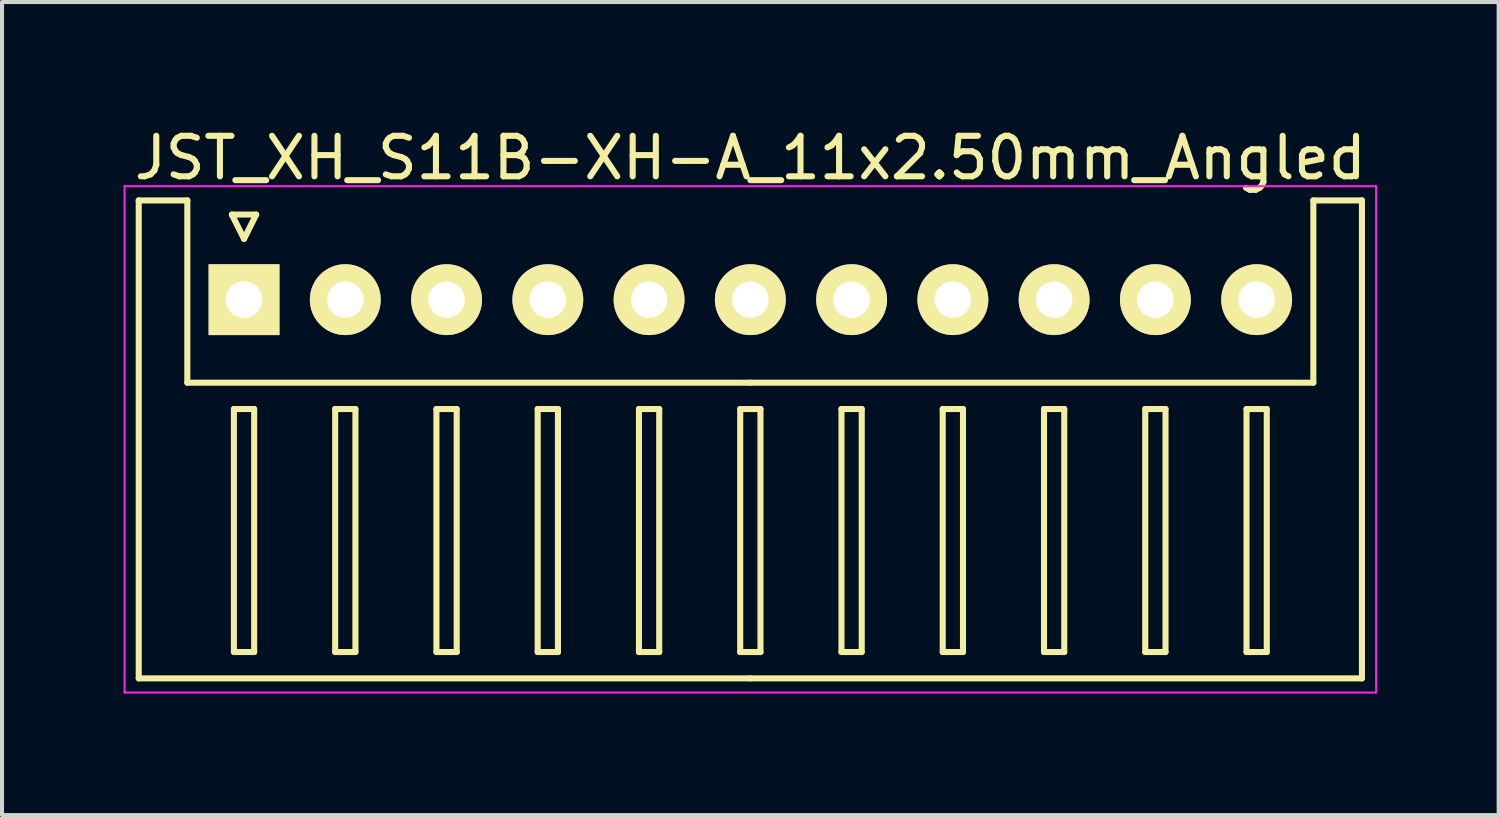
<source format=kicad_pcb>
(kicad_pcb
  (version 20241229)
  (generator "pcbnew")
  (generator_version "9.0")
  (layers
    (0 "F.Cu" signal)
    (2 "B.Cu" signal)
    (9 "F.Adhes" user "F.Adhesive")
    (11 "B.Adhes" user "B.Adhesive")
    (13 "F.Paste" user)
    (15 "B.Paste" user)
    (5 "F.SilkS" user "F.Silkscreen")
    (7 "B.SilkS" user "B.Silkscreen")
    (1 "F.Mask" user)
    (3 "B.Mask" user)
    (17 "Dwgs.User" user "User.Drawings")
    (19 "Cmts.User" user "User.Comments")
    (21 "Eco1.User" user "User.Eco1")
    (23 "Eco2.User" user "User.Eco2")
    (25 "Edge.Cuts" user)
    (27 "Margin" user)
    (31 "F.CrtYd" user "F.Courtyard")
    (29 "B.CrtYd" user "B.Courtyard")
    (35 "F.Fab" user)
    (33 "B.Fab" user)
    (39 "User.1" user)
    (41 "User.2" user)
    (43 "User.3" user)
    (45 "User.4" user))
  (footprint "JST_XH_S11B-XH-A_11x2.50mm_Angled"
    (layer "F.Cu")
    (at 2.975 4.348)
    (property "Reference" "JST_XH_S11B-XH-A_11x2.50mm_Angled" (at 12.5 -3.5 0) (layer "F.SilkS") (effects (font (size 1 1) (thickness 0.15))))
    (attr through_hole)
    (fp_line (start -2.6 -2.45) (end -1.4 -2.45) (stroke (width 0.15) (type solid)) (layer "F.SilkS"))
    (fp_line (start -2.6 9.35) (end -2.6 -2.45) (stroke (width 0.15) (type solid)) (layer "F.SilkS"))
    (fp_line (start -1.4 -2.45) (end -1.4 2.05) (stroke (width 0.15) (type solid)) (layer "F.SilkS"))
    (fp_line (start -1.4 2.05) (end 12.5 2.05) (stroke (width 0.15) (type solid)) (layer "F.SilkS"))
    (fp_line (start -0.3 -2.1) (end 0.3 -2.1) (stroke (width 0.15) (type solid)) (layer "F.SilkS"))
    (fp_line (start -0.25 2.7) (end -0.25 8.7) (stroke (width 0.15) (type solid)) (layer "F.SilkS"))
    (fp_line (start -0.25 8.7) (end 0.25 8.7) (stroke (width 0.15) (type solid)) (layer "F.SilkS"))
    (fp_line (start 0 -1.5) (end -0.3 -2.1) (stroke (width 0.15) (type solid)) (layer "F.SilkS"))
    (fp_line (start 0.25 2.7) (end -0.25 2.7) (stroke (width 0.15) (type solid)) (layer "F.SilkS"))
    (fp_line (start 0.25 8.7) (end 0.25 2.7) (stroke (width 0.15) (type solid)) (layer "F.SilkS"))
    (fp_line (start 0.3 -2.1) (end 0 -1.5) (stroke (width 0.15) (type solid)) (layer "F.SilkS"))
    (fp_line (start 2.25 2.7) (end 2.25 8.7) (stroke (width 0.15) (type solid)) (layer "F.SilkS"))
    (fp_line (start 2.25 8.7) (end 2.75 8.7) (stroke (width 0.15) (type solid)) (layer "F.SilkS"))
    (fp_line (start 2.75 2.7) (end 2.25 2.7) (stroke (width 0.15) (type solid)) (layer "F.SilkS"))
    (fp_line (start 2.75 8.7) (end 2.75 2.7) (stroke (width 0.15) (type solid)) (layer "F.SilkS"))
    (fp_line (start 4.75 2.7) (end 4.75 8.7) (stroke (width 0.15) (type solid)) (layer "F.SilkS"))
    (fp_line (start 4.75 8.7) (end 5.25 8.7) (stroke (width 0.15) (type solid)) (layer "F.SilkS"))
    (fp_line (start 5.25 2.7) (end 4.75 2.7) (stroke (width 0.15) (type solid)) (layer "F.SilkS"))
    (fp_line (start 5.25 8.7) (end 5.25 2.7) (stroke (width 0.15) (type solid)) (layer "F.SilkS"))
    (fp_line (start 7.25 2.7) (end 7.25 8.7) (stroke (width 0.15) (type solid)) (layer "F.SilkS"))
    (fp_line (start 7.25 8.7) (end 7.75 8.7) (stroke (width 0.15) (type solid)) (layer "F.SilkS"))
    (fp_line (start 7.75 2.7) (end 7.25 2.7) (stroke (width 0.15) (type solid)) (layer "F.SilkS"))
    (fp_line (start 7.75 8.7) (end 7.75 2.7) (stroke (width 0.15) (type solid)) (layer "F.SilkS"))
    (fp_line (start 9.75 2.7) (end 9.75 8.7) (stroke (width 0.15) (type solid)) (layer "F.SilkS"))
    (fp_line (start 9.75 8.7) (end 10.25 8.7) (stroke (width 0.15) (type solid)) (layer "F.SilkS"))
    (fp_line (start 10.25 2.7) (end 9.75 2.7) (stroke (width 0.15) (type solid)) (layer "F.SilkS"))
    (fp_line (start 10.25 8.7) (end 10.25 2.7) (stroke (width 0.15) (type solid)) (layer "F.SilkS"))
    (fp_line (start 12.25 2.7) (end 12.25 8.7) (stroke (width 0.15) (type solid)) (layer "F.SilkS"))
    (fp_line (start 12.25 8.7) (end 12.75 8.7) (stroke (width 0.15) (type solid)) (layer "F.SilkS"))
    (fp_line (start 12.5 9.35) (end -2.6 9.35) (stroke (width 0.15) (type solid)) (layer "F.SilkS"))
    (fp_line (start 12.5 9.35) (end 27.6 9.35) (stroke (width 0.15) (type solid)) (layer "F.SilkS"))
    (fp_line (start 12.75 2.7) (end 12.25 2.7) (stroke (width 0.15) (type solid)) (layer "F.SilkS"))
    (fp_line (start 12.75 8.7) (end 12.75 2.7) (stroke (width 0.15) (type solid)) (layer "F.SilkS"))
    (fp_line (start 14.75 2.7) (end 14.75 8.7) (stroke (width 0.15) (type solid)) (layer "F.SilkS"))
    (fp_line (start 14.75 8.7) (end 15.25 8.7) (stroke (width 0.15) (type solid)) (layer "F.SilkS"))
    (fp_line (start 15.25 2.7) (end 14.75 2.7) (stroke (width 0.15) (type solid)) (layer "F.SilkS"))
    (fp_line (start 15.25 8.7) (end 15.25 2.7) (stroke (width 0.15) (type solid)) (layer "F.SilkS"))
    (fp_line (start 17.25 2.7) (end 17.25 8.7) (stroke (width 0.15) (type solid)) (layer "F.SilkS"))
    (fp_line (start 17.25 8.7) (end 17.75 8.7) (stroke (width 0.15) (type solid)) (layer "F.SilkS"))
    (fp_line (start 17.75 2.7) (end 17.25 2.7) (stroke (width 0.15) (type solid)) (layer "F.SilkS"))
    (fp_line (start 17.75 8.7) (end 17.75 2.7) (stroke (width 0.15) (type solid)) (layer "F.SilkS"))
    (fp_line (start 19.75 2.7) (end 19.75 8.7) (stroke (width 0.15) (type solid)) (layer "F.SilkS"))
    (fp_line (start 19.75 8.7) (end 20.25 8.7) (stroke (width 0.15) (type solid)) (layer "F.SilkS"))
    (fp_line (start 20.25 2.7) (end 19.75 2.7) (stroke (width 0.15) (type solid)) (layer "F.SilkS"))
    (fp_line (start 20.25 8.7) (end 20.25 2.7) (stroke (width 0.15) (type solid)) (layer "F.SilkS"))
    (fp_line (start 22.25 2.7) (end 22.25 8.7) (stroke (width 0.15) (type solid)) (layer "F.SilkS"))
    (fp_line (start 22.25 8.7) (end 22.75 8.7) (stroke (width 0.15) (type solid)) (layer "F.SilkS"))
    (fp_line (start 22.75 2.7) (end 22.25 2.7) (stroke (width 0.15) (type solid)) (layer "F.SilkS"))
    (fp_line (start 22.75 8.7) (end 22.75 2.7) (stroke (width 0.15) (type solid)) (layer "F.SilkS"))
    (fp_line (start 24.75 2.7) (end 24.75 8.7) (stroke (width 0.15) (type solid)) (layer "F.SilkS"))
    (fp_line (start 24.75 8.7) (end 25.25 8.7) (stroke (width 0.15) (type solid)) (layer "F.SilkS"))
    (fp_line (start 25.25 2.7) (end 24.75 2.7) (stroke (width 0.15) (type solid)) (layer "F.SilkS"))
    (fp_line (start 25.25 8.7) (end 25.25 2.7) (stroke (width 0.15) (type solid)) (layer "F.SilkS"))
    (fp_line (start 26.4 -2.45) (end 26.4 2.05) (stroke (width 0.15) (type solid)) (layer "F.SilkS"))
    (fp_line (start 26.4 2.05) (end 12.5 2.05) (stroke (width 0.15) (type solid)) (layer "F.SilkS"))
    (fp_line (start 27.6 -2.45) (end 26.4 -2.45) (stroke (width 0.15) (type solid)) (layer "F.SilkS"))
    (fp_line (start 27.6 9.35) (end 27.6 -2.45) (stroke (width 0.15) (type solid)) (layer "F.SilkS"))
    (fp_line (start -2.95 -2.8) (end -2.95 9.7) (stroke (width 0.05) (type solid)) (layer "F.CrtYd"))
    (fp_line (start -2.95 9.7) (end 27.95 9.7) (stroke (width 0.05) (type solid)) (layer "F.CrtYd"))
    (fp_line (start 27.95 -2.8) (end -2.95 -2.8) (stroke (width 0.05) (type solid)) (layer "F.CrtYd"))
    (fp_line (start 27.95 9.7) (end 27.95 -2.8) (stroke (width 0.05) (type solid)) (layer "F.CrtYd"))
    (pad "1" thru_hole rect (at 0 0) (size 1.75 1.75) (drill 0.9) (layers "*.Cu" "*.Mask" "F.SilkS"))
    (pad "2" thru_hole circle (at 2.5 0) (size 1.75 1.75) (drill 0.9) (layers "*.Cu" "*.Mask" "F.SilkS"))
    (pad "3" thru_hole circle (at 5 0) (size 1.75 1.75) (drill 0.9) (layers "*.Cu" "*.Mask" "F.SilkS"))
    (pad "4" thru_hole circle (at 7.5 0) (size 1.75 1.75) (drill 0.9) (layers "*.Cu" "*.Mask" "F.SilkS"))
    (pad "5" thru_hole circle (at 10 0) (size 1.75 1.75) (drill 0.9) (layers "*.Cu" "*.Mask" "F.SilkS"))
    (pad "6" thru_hole circle (at 12.5 0) (size 1.75 1.75) (drill 0.9) (layers "*.Cu" "*.Mask" "F.SilkS"))
    (pad "7" thru_hole circle (at 15 0) (size 1.75 1.75) (drill 0.9) (layers "*.Cu" "*.Mask" "F.SilkS"))
    (pad "8" thru_hole circle (at 17.5 0) (size 1.75 1.75) (drill 0.9) (layers "*.Cu" "*.Mask" "F.SilkS"))
    (pad "9" thru_hole circle (at 20 0) (size 1.75 1.75) (drill 0.9) (layers "*.Cu" "*.Mask" "F.SilkS"))
    (pad "10" thru_hole circle (at 22.5 0) (size 1.75 1.75) (drill 0.9) (layers "*.Cu" "*.Mask" "F.SilkS"))
    (pad "11" thru_hole circle (at 25 0) (size 1.75 1.75) (drill 0.9) (layers "*.Cu" "*.Mask" "F.SilkS")))
  (gr_rect
    (start -3 -3)
    (end 33.95 17.073)
    (stroke (width 0.1) (type default))
    (fill no)
    (layer "Edge.Cuts")))
</source>
